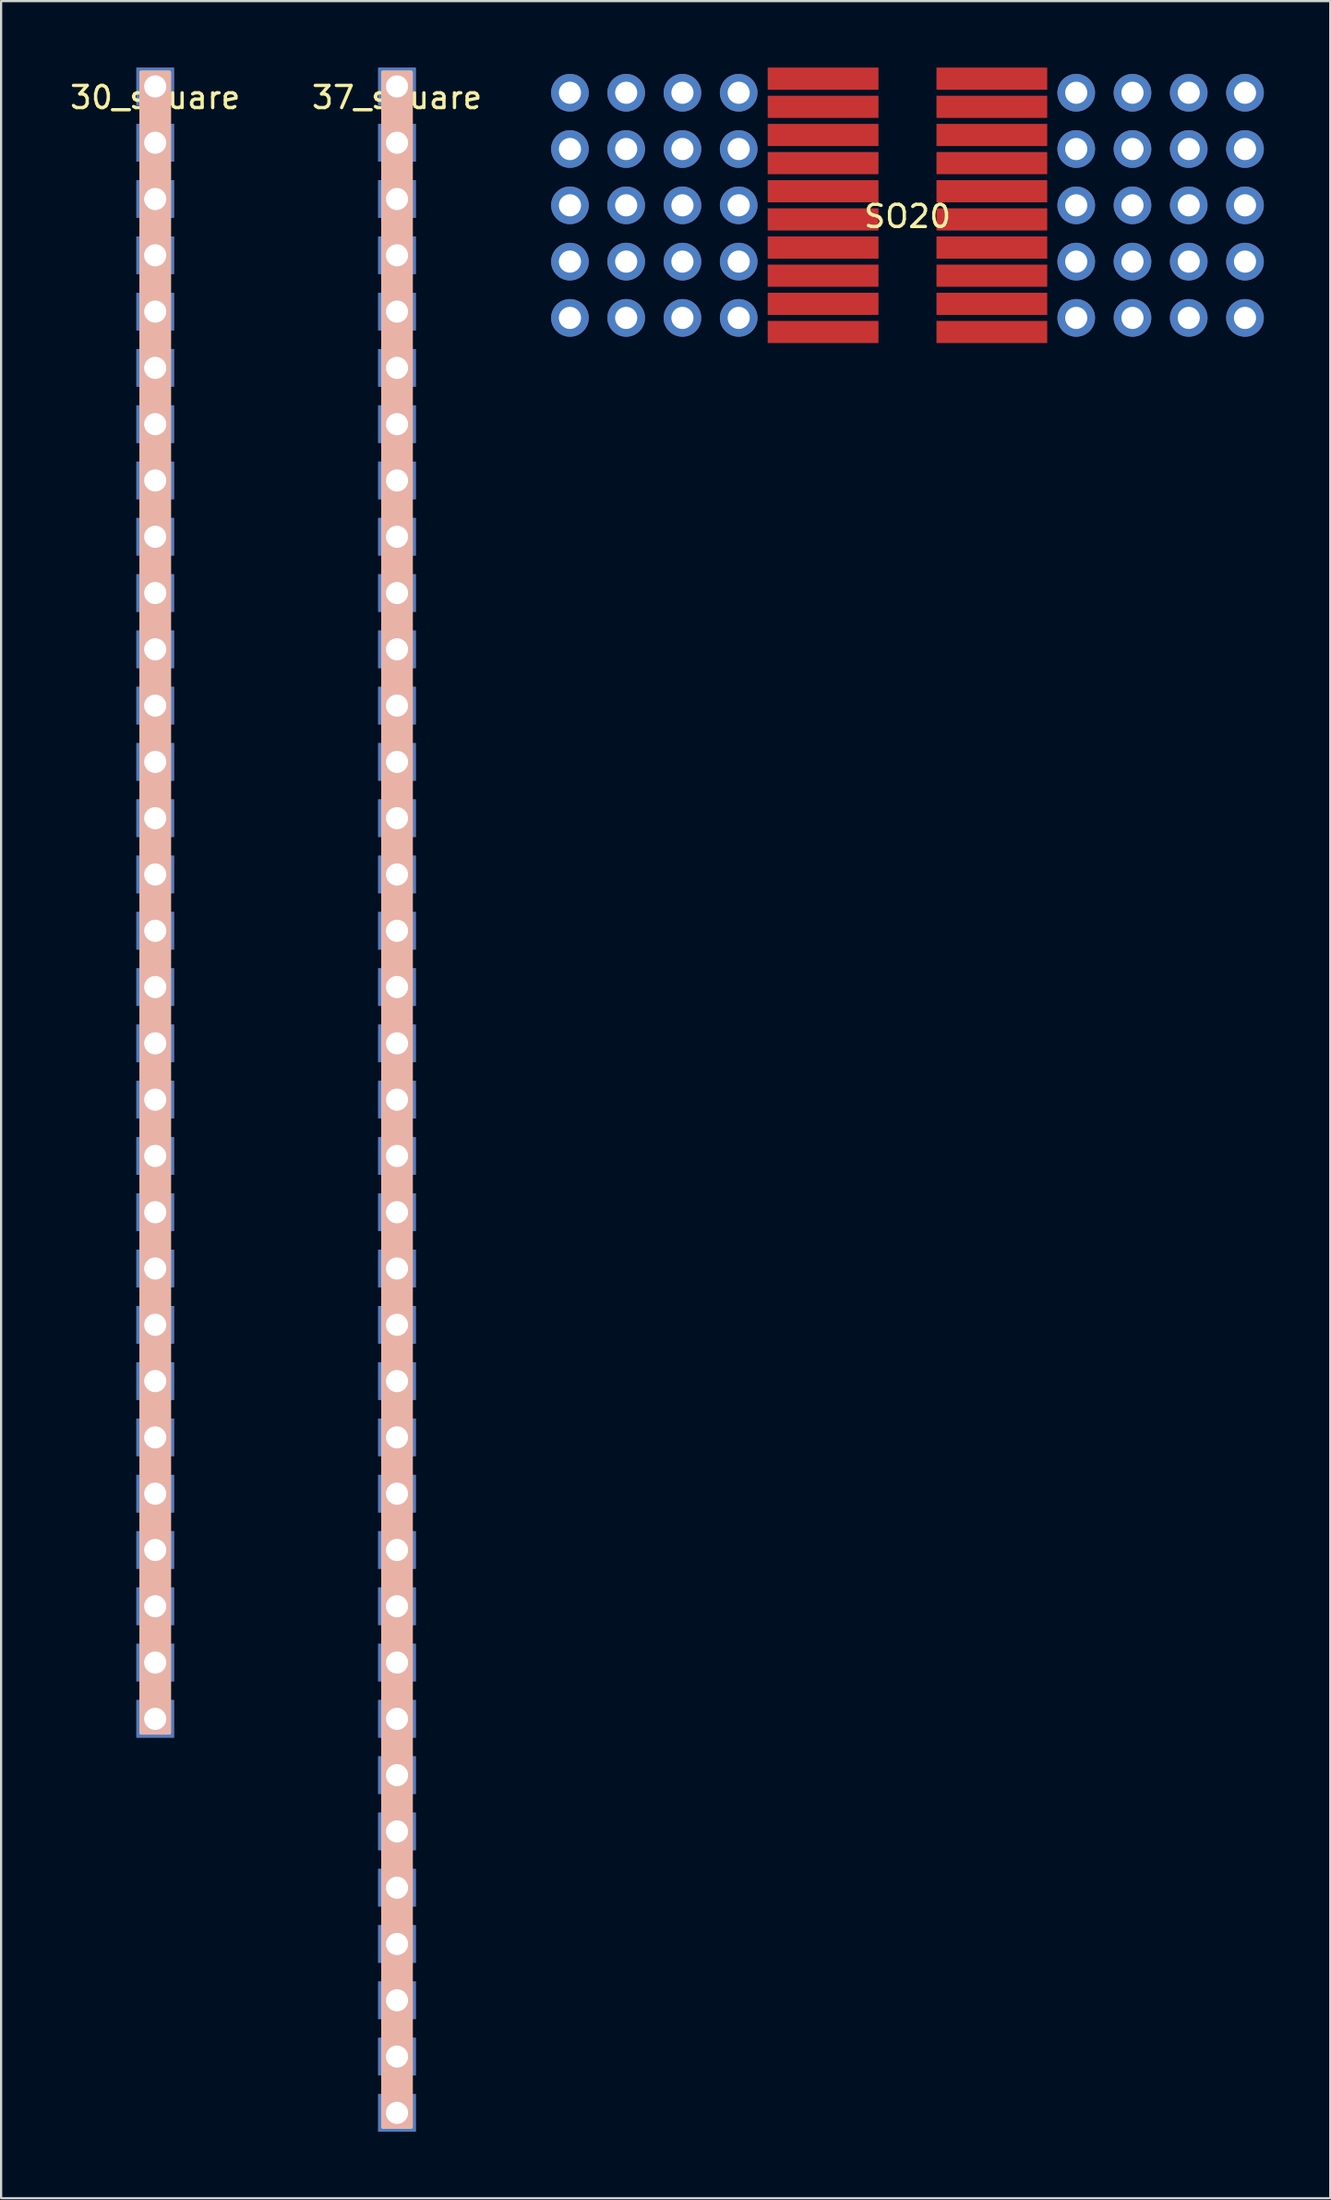
<source format=kicad_pcb>
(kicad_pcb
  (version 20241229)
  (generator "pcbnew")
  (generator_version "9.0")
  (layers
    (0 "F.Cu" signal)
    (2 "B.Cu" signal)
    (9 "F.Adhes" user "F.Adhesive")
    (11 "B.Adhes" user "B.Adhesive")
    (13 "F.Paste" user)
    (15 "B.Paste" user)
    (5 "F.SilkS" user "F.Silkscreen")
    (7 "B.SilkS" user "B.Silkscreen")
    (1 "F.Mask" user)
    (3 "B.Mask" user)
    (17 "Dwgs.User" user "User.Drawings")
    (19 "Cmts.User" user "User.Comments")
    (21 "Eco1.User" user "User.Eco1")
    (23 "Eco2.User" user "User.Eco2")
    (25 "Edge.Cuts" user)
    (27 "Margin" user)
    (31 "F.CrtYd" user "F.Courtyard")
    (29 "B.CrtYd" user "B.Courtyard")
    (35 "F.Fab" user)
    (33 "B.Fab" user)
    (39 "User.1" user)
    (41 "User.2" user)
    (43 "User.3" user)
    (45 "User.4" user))
  (footprint "37_square"
    (layer "F.Cu")
    (at 14.875 0.85)
    (property "Reference" "37_square" (at 0 0.5 0) (layer "F.SilkS") (effects (font (size 1 1) (thickness 0.15))))
    (attr through_hole)
    (fp_poly (pts (xy -0.635 -0.635) (xy 0.635 -0.635) (xy 0.635 92.075) (xy -0.635 92.075)) (stroke (width 0.15) (type solid)) (fill yes) (layer "F.SilkS"))
    (fp_poly (pts (xy 0.635 92.075) (xy -0.635 92.075) (xy -0.635 -0.635) (xy 0.635 -0.635)) (stroke (width 0.15) (type solid)) (fill yes) (layer "B.SilkS"))
    (pad "1" thru_hole rect (at 0 0) (size 1.7 1.7) (drill 1) (layers "*.Cu" "*.Mask"))
    (pad "2" thru_hole rect (at 0 2.54) (size 1.7 1.7) (drill 1) (layers "*.Cu" "*.Mask"))
    (pad "3" thru_hole rect (at 0 5.08) (size 1.7 1.7) (drill 1) (layers "*.Cu" "*.Mask"))
    (pad "4" thru_hole rect (at 0 7.62) (size 1.7 1.7) (drill 1) (layers "*.Cu" "*.Mask"))
    (pad "5" thru_hole rect (at 0 10.16) (size 1.7 1.7) (drill 1) (layers "*.Cu" "*.Mask"))
    (pad "6" thru_hole rect (at 0 12.7) (size 1.7 1.7) (drill 1) (layers "*.Cu" "*.Mask"))
    (pad "7" thru_hole rect (at 0 15.24) (size 1.7 1.7) (drill 1) (layers "*.Cu" "*.Mask"))
    (pad "8" thru_hole rect (at 0 17.78) (size 1.7 1.7) (drill 1) (layers "*.Cu" "*.Mask"))
    (pad "9" thru_hole rect (at 0 20.32) (size 1.7 1.7) (drill 1) (layers "*.Cu" "*.Mask"))
    (pad "10" thru_hole rect (at 0 22.86) (size 1.7 1.7) (drill 1) (layers "*.Cu" "*.Mask"))
    (pad "11" thru_hole rect (at 0 25.4) (size 1.7 1.7) (drill 1) (layers "*.Cu" "*.Mask"))
    (pad "12" thru_hole rect (at 0 27.94) (size 1.7 1.7) (drill 1) (layers "*.Cu" "*.Mask"))
    (pad "13" thru_hole rect (at 0 30.48) (size 1.7 1.7) (drill 1) (layers "*.Cu" "*.Mask"))
    (pad "14" thru_hole rect (at 0 33.02) (size 1.7 1.7) (drill 1) (layers "*.Cu" "*.Mask"))
    (pad "15" thru_hole rect (at 0 35.56) (size 1.7 1.7) (drill 1) (layers "*.Cu" "*.Mask"))
    (pad "16" thru_hole rect (at 0 38.1) (size 1.7 1.7) (drill 1) (layers "*.Cu" "*.Mask"))
    (pad "17" thru_hole rect (at 0 40.64) (size 1.7 1.7) (drill 1) (layers "*.Cu" "*.Mask"))
    (pad "18" thru_hole rect (at 0 43.18) (size 1.7 1.7) (drill 1) (layers "*.Cu" "*.Mask"))
    (pad "19" thru_hole rect (at 0 45.72) (size 1.7 1.7) (drill 1) (layers "*.Cu" "*.Mask"))
    (pad "20" thru_hole rect (at 0 48.26) (size 1.7 1.7) (drill 1) (layers "*.Cu" "*.Mask"))
    (pad "21" thru_hole rect (at 0 50.8) (size 1.7 1.7) (drill 1) (layers "*.Cu" "*.Mask"))
    (pad "22" thru_hole rect (at 0 53.34) (size 1.7 1.7) (drill 1) (layers "*.Cu" "*.Mask"))
    (pad "23" thru_hole rect (at 0 55.88) (size 1.7 1.7) (drill 1) (layers "*.Cu" "*.Mask"))
    (pad "24" thru_hole rect (at 0 58.42) (size 1.7 1.7) (drill 1) (layers "*.Cu" "*.Mask"))
    (pad "25" thru_hole rect (at 0 60.96) (size 1.7 1.7) (drill 1) (layers "*.Cu" "*.Mask"))
    (pad "26" thru_hole rect (at 0 63.5) (size 1.7 1.7) (drill 1) (layers "*.Cu" "*.Mask"))
    (pad "27" thru_hole rect (at 0 66.04) (size 1.7 1.7) (drill 1) (layers "*.Cu" "*.Mask"))
    (pad "28" thru_hole rect (at 0 68.58) (size 1.7 1.7) (drill 1) (layers "*.Cu" "*.Mask"))
    (pad "29" thru_hole rect (at 0 71.12) (size 1.7 1.7) (drill 1) (layers "*.Cu" "*.Mask"))
    (pad "30" thru_hole rect (at 0 73.66) (size 1.7 1.7) (drill 1) (layers "*.Cu" "*.Mask"))
    (pad "31" thru_hole rect (at 0 76.2) (size 1.7 1.7) (drill 1) (layers "*.Cu" "*.Mask"))
    (pad "32" thru_hole rect (at 0 78.74) (size 1.7 1.7) (drill 1) (layers "*.Cu" "*.Mask"))
    (pad "33" thru_hole rect (at 0 81.28) (size 1.7 1.7) (drill 1) (layers "*.Cu" "*.Mask"))
    (pad "34" thru_hole rect (at 0 83.82) (size 1.7 1.7) (drill 1) (layers "*.Cu" "*.Mask"))
    (pad "35" thru_hole rect (at 0 86.36) (size 1.7 1.7) (drill 1) (layers "*.Cu" "*.Mask"))
    (pad "36" thru_hole rect (at 0 88.9) (size 1.7 1.7) (drill 1) (layers "*.Cu" "*.Mask"))
    (pad "37" thru_hole rect (at 0 91.44) (size 1.7 1.7) (drill 1) (layers "*.Cu" "*.Mask")))
  (footprint "SO20"
    (layer "F.Cu")
    (at 37.923 6.215)
    (property "Reference" "SO20" (at 0 0.5 0) (layer "F.SilkS") (effects (font (size 1 1) (thickness 0.15))))
    (attr through_hole)
    (pad "1" thru_hole circle (at -10.16 -5.08) (size 1.7 1.7) (drill 1) (layers "*.Cu" "*.Mask"))
    (pad "1" thru_hole circle (at -7.62 -5.08) (size 1.7 1.7) (drill 1) (layers "*.Cu" "*.Mask"))
    (pad "1" smd rect (at -3.81 -5.715) (size 5 1) (layers "F.Cu" "F.Mask" "F.Paste"))
    (pad "2" thru_hole circle (at -15.24 -5.08) (size 1.7 1.7) (drill 1) (layers "*.Cu" "*.Mask"))
    (pad "2" thru_hole circle (at -12.7 -5.08) (size 1.7 1.7) (drill 1) (layers "*.Cu" "*.Mask"))
    (pad "2" smd rect (at -3.81 -4.445) (size 5 1) (layers "F.Cu" "F.Mask" "F.Paste"))
    (pad "3" thru_hole circle (at -10.16 -2.54) (size 1.7 1.7) (drill 1) (layers "*.Cu" "*.Mask"))
    (pad "3" thru_hole circle (at -7.62 -2.54) (size 1.7 1.7) (drill 1) (layers "*.Cu" "*.Mask"))
    (pad "3" smd rect (at -3.81 -3.175) (size 5 1) (layers "F.Cu" "F.Mask" "F.Paste"))
    (pad "4" thru_hole circle (at -15.24 -2.54) (size 1.7 1.7) (drill 1) (layers "*.Cu" "*.Mask"))
    (pad "4" thru_hole circle (at -12.7 -2.54) (size 1.7 1.7) (drill 1) (layers "*.Cu" "*.Mask"))
    (pad "4" smd rect (at -3.81 -1.905) (size 5 1) (layers "F.Cu" "F.Mask" "F.Paste"))
    (pad "5" thru_hole circle (at -10.16 0) (size 1.7 1.7) (drill 1) (layers "*.Cu" "*.Mask"))
    (pad "5" thru_hole circle (at -7.62 0) (size 1.7 1.7) (drill 1) (layers "*.Cu" "*.Mask"))
    (pad "5" smd rect (at -3.81 -0.635) (size 5 1) (layers "F.Cu" "F.Mask" "F.Paste"))
    (pad "6" thru_hole circle (at -15.24 0) (size 1.7 1.7) (drill 1) (layers "*.Cu" "*.Mask"))
    (pad "6" thru_hole circle (at -12.7 0) (size 1.7 1.7) (drill 1) (layers "*.Cu" "*.Mask"))
    (pad "6" smd rect (at -3.81 0.635) (size 5 1) (layers "F.Cu" "F.Mask" "F.Paste"))
    (pad "7" thru_hole circle (at -10.16 2.54) (size 1.7 1.7) (drill 1) (layers "*.Cu" "*.Mask"))
    (pad "7" thru_hole circle (at -7.62 2.54) (size 1.7 1.7) (drill 1) (layers "*.Cu" "*.Mask"))
    (pad "7" smd rect (at -3.81 1.905) (size 5 1) (layers "F.Cu" "F.Mask" "F.Paste"))
    (pad "8" thru_hole circle (at -15.24 2.54) (size 1.7 1.7) (drill 1) (layers "*.Cu" "*.Mask"))
    (pad "8" thru_hole circle (at -12.7 2.54) (size 1.7 1.7) (drill 1) (layers "*.Cu" "*.Mask"))
    (pad "8" smd rect (at -3.81 3.175) (size 5 1) (layers "F.Cu" "F.Mask" "F.Paste"))
    (pad "9" thru_hole circle (at -10.16 5.08) (size 1.7 1.7) (drill 1) (layers "*.Cu" "*.Mask"))
    (pad "9" thru_hole circle (at -7.62 5.08) (size 1.7 1.7) (drill 1) (layers "*.Cu" "*.Mask"))
    (pad "9" smd rect (at -3.81 4.445) (size 5 1) (layers "F.Cu" "F.Mask" "F.Paste"))
    (pad "10" thru_hole circle (at -15.24 5.08) (size 1.7 1.7) (drill 1) (layers "*.Cu" "*.Mask"))
    (pad "10" thru_hole circle (at -12.7 5.08) (size 1.7 1.7) (drill 1) (layers "*.Cu" "*.Mask"))
    (pad "10" smd rect (at -3.81 5.715) (size 5 1) (layers "F.Cu" "F.Mask" "F.Paste"))
    (pad "11" smd rect (at 3.81 5.715) (size 5 1) (layers "F.Cu" "F.Mask" "F.Paste"))
    (pad "11" thru_hole circle (at 7.62 5.08) (size 1.7 1.7) (drill 1) (layers "*.Cu" "*.Mask"))
    (pad "11" thru_hole circle (at 10.16 5.08) (size 1.7 1.7) (drill 1) (layers "*.Cu" "*.Mask"))
    (pad "12" smd rect (at 3.81 4.445) (size 5 1) (layers "F.Cu" "F.Mask" "F.Paste"))
    (pad "12" thru_hole circle (at 12.7 5.08) (size 1.7 1.7) (drill 1) (layers "*.Cu" "*.Mask"))
    (pad "12" thru_hole circle (at 15.24 5.08) (size 1.7 1.7) (drill 1) (layers "*.Cu" "*.Mask"))
    (pad "13" smd rect (at 3.81 3.175) (size 5 1) (layers "F.Cu" "F.Mask" "F.Paste"))
    (pad "13" thru_hole circle (at 7.62 2.54) (size 1.7 1.7) (drill 1) (layers "*.Cu" "*.Mask"))
    (pad "13" thru_hole circle (at 10.16 2.54) (size 1.7 1.7) (drill 1) (layers "*.Cu" "*.Mask"))
    (pad "14" smd rect (at 3.81 1.905) (size 5 1) (layers "F.Cu" "F.Mask" "F.Paste"))
    (pad "14" thru_hole circle (at 12.7 2.54) (size 1.7 1.7) (drill 1) (layers "*.Cu" "*.Mask"))
    (pad "14" thru_hole circle (at 15.24 2.54) (size 1.7 1.7) (drill 1) (layers "*.Cu" "*.Mask"))
    (pad "15" smd rect (at 3.81 0.635) (size 5 1) (layers "F.Cu" "F.Mask" "F.Paste"))
    (pad "15" thru_hole circle (at 7.62 0) (size 1.7 1.7) (drill 1) (layers "*.Cu" "*.Mask"))
    (pad "15" thru_hole circle (at 10.16 0) (size 1.7 1.7) (drill 1) (layers "*.Cu" "*.Mask"))
    (pad "16" smd rect (at 3.81 -0.635) (size 5 1) (layers "F.Cu" "F.Mask" "F.Paste"))
    (pad "16" thru_hole circle (at 12.7 0) (size 1.7 1.7) (drill 1) (layers "*.Cu" "*.Mask"))
    (pad "16" thru_hole circle (at 15.24 0) (size 1.7 1.7) (drill 1) (layers "*.Cu" "*.Mask"))
    (pad "17" smd rect (at 3.81 -1.905) (size 5 1) (layers "F.Cu" "F.Mask" "F.Paste"))
    (pad "17" thru_hole circle (at 7.62 -2.54) (size 1.7 1.7) (drill 1) (layers "*.Cu" "*.Mask"))
    (pad "17" thru_hole circle (at 10.16 -2.54) (size 1.7 1.7) (drill 1) (layers "*.Cu" "*.Mask"))
    (pad "18" smd rect (at 3.81 -3.175) (size 5 1) (layers "F.Cu" "F.Mask" "F.Paste"))
    (pad "18" thru_hole circle (at 12.7 -2.54) (size 1.7 1.7) (drill 1) (layers "*.Cu" "*.Mask"))
    (pad "18" thru_hole circle (at 15.24 -2.54) (size 1.7 1.7) (drill 1) (layers "*.Cu" "*.Mask"))
    (pad "19" smd rect (at 3.81 -4.445) (size 5 1) (layers "F.Cu" "F.Mask" "F.Paste"))
    (pad "19" thru_hole circle (at 7.62 -5.08) (size 1.7 1.7) (drill 1) (layers "*.Cu" "*.Mask"))
    (pad "19" thru_hole circle (at 10.16 -5.08) (size 1.7 1.7) (drill 1) (layers "*.Cu" "*.Mask"))
    (pad "20" smd rect (at 3.81 -5.715) (size 5 1) (layers "F.Cu" "F.Mask" "F.Paste"))
    (pad "20" thru_hole circle (at 12.7 -5.08) (size 1.7 1.7) (drill 1) (layers "*.Cu" "*.Mask"))
    (pad "20" thru_hole circle (at 15.24 -5.08) (size 1.7 1.7) (drill 1) (layers "*.Cu" "*.Mask")))
  (footprint "30_square"
    (layer "F.Cu")
    (at 3.958 0.85)
    (property "Reference" "30_square" (at 0 0.5 0) (layer "F.SilkS") (effects (font (size 1 1) (thickness 0.15))))
    (attr through_hole)
    (fp_poly (pts (xy -0.635 -0.635) (xy 0.635 -0.635) (xy 0.635 74.295) (xy -0.635 74.295)) (stroke (width 0.15) (type solid)) (fill yes) (layer "F.SilkS"))
    (fp_poly (pts (xy 0.635 74.295) (xy -0.635 74.295) (xy -0.635 -0.635) (xy 0.635 -0.635)) (stroke (width 0.15) (type solid)) (fill yes) (layer "B.SilkS"))
    (pad "1" thru_hole rect (at 0 0) (size 1.7 1.7) (drill 1) (layers "*.Cu" "*.Mask"))
    (pad "2" thru_hole rect (at 0 2.54) (size 1.7 1.7) (drill 1) (layers "*.Cu" "*.Mask"))
    (pad "3" thru_hole rect (at 0 5.08) (size 1.7 1.7) (drill 1) (layers "*.Cu" "*.Mask"))
    (pad "4" thru_hole rect (at 0 7.62) (size 1.7 1.7) (drill 1) (layers "*.Cu" "*.Mask"))
    (pad "5" thru_hole rect (at 0 10.16) (size 1.7 1.7) (drill 1) (layers "*.Cu" "*.Mask"))
    (pad "6" thru_hole rect (at 0 12.7) (size 1.7 1.7) (drill 1) (layers "*.Cu" "*.Mask"))
    (pad "7" thru_hole rect (at 0 15.24) (size 1.7 1.7) (drill 1) (layers "*.Cu" "*.Mask"))
    (pad "8" thru_hole rect (at 0 17.78) (size 1.7 1.7) (drill 1) (layers "*.Cu" "*.Mask"))
    (pad "9" thru_hole rect (at 0 20.32) (size 1.7 1.7) (drill 1) (layers "*.Cu" "*.Mask"))
    (pad "10" thru_hole rect (at 0 22.86) (size 1.7 1.7) (drill 1) (layers "*.Cu" "*.Mask"))
    (pad "11" thru_hole rect (at 0 25.4) (size 1.7 1.7) (drill 1) (layers "*.Cu" "*.Mask"))
    (pad "12" thru_hole rect (at 0 27.94) (size 1.7 1.7) (drill 1) (layers "*.Cu" "*.Mask"))
    (pad "13" thru_hole rect (at 0 30.48) (size 1.7 1.7) (drill 1) (layers "*.Cu" "*.Mask"))
    (pad "14" thru_hole rect (at 0 33.02) (size 1.7 1.7) (drill 1) (layers "*.Cu" "*.Mask"))
    (pad "15" thru_hole rect (at 0 35.56) (size 1.7 1.7) (drill 1) (layers "*.Cu" "*.Mask"))
    (pad "16" thru_hole rect (at 0 38.1) (size 1.7 1.7) (drill 1) (layers "*.Cu" "*.Mask"))
    (pad "17" thru_hole rect (at 0 40.64) (size 1.7 1.7) (drill 1) (layers "*.Cu" "*.Mask"))
    (pad "18" thru_hole rect (at 0 43.18) (size 1.7 1.7) (drill 1) (layers "*.Cu" "*.Mask"))
    (pad "19" thru_hole rect (at 0 45.72) (size 1.7 1.7) (drill 1) (layers "*.Cu" "*.Mask"))
    (pad "20" thru_hole rect (at 0 48.26) (size 1.7 1.7) (drill 1) (layers "*.Cu" "*.Mask"))
    (pad "21" thru_hole rect (at 0 50.8) (size 1.7 1.7) (drill 1) (layers "*.Cu" "*.Mask"))
    (pad "22" thru_hole rect (at 0 53.34) (size 1.7 1.7) (drill 1) (layers "*.Cu" "*.Mask"))
    (pad "23" thru_hole rect (at 0 55.88) (size 1.7 1.7) (drill 1) (layers "*.Cu" "*.Mask"))
    (pad "24" thru_hole rect (at 0 58.42) (size 1.7 1.7) (drill 1) (layers "*.Cu" "*.Mask"))
    (pad "25" thru_hole rect (at 0 60.96) (size 1.7 1.7) (drill 1) (layers "*.Cu" "*.Mask"))
    (pad "26" thru_hole rect (at 0 63.5) (size 1.7 1.7) (drill 1) (layers "*.Cu" "*.Mask"))
    (pad "27" thru_hole rect (at 0 66.04) (size 1.7 1.7) (drill 1) (layers "*.Cu" "*.Mask"))
    (pad "28" thru_hole rect (at 0 68.58) (size 1.7 1.7) (drill 1) (layers "*.Cu" "*.Mask"))
    (pad "29" thru_hole rect (at 0 71.12) (size 1.7 1.7) (drill 1) (layers "*.Cu" "*.Mask"))
    (pad "30" thru_hole rect (at 0 73.66) (size 1.7 1.7) (drill 1) (layers "*.Cu" "*.Mask")))
  (gr_rect
    (start -3 -3)
    (end 57.013 96.14)
    (stroke (width 0.1) (type default))
    (fill no)
    (layer "Edge.Cuts")))
</source>
